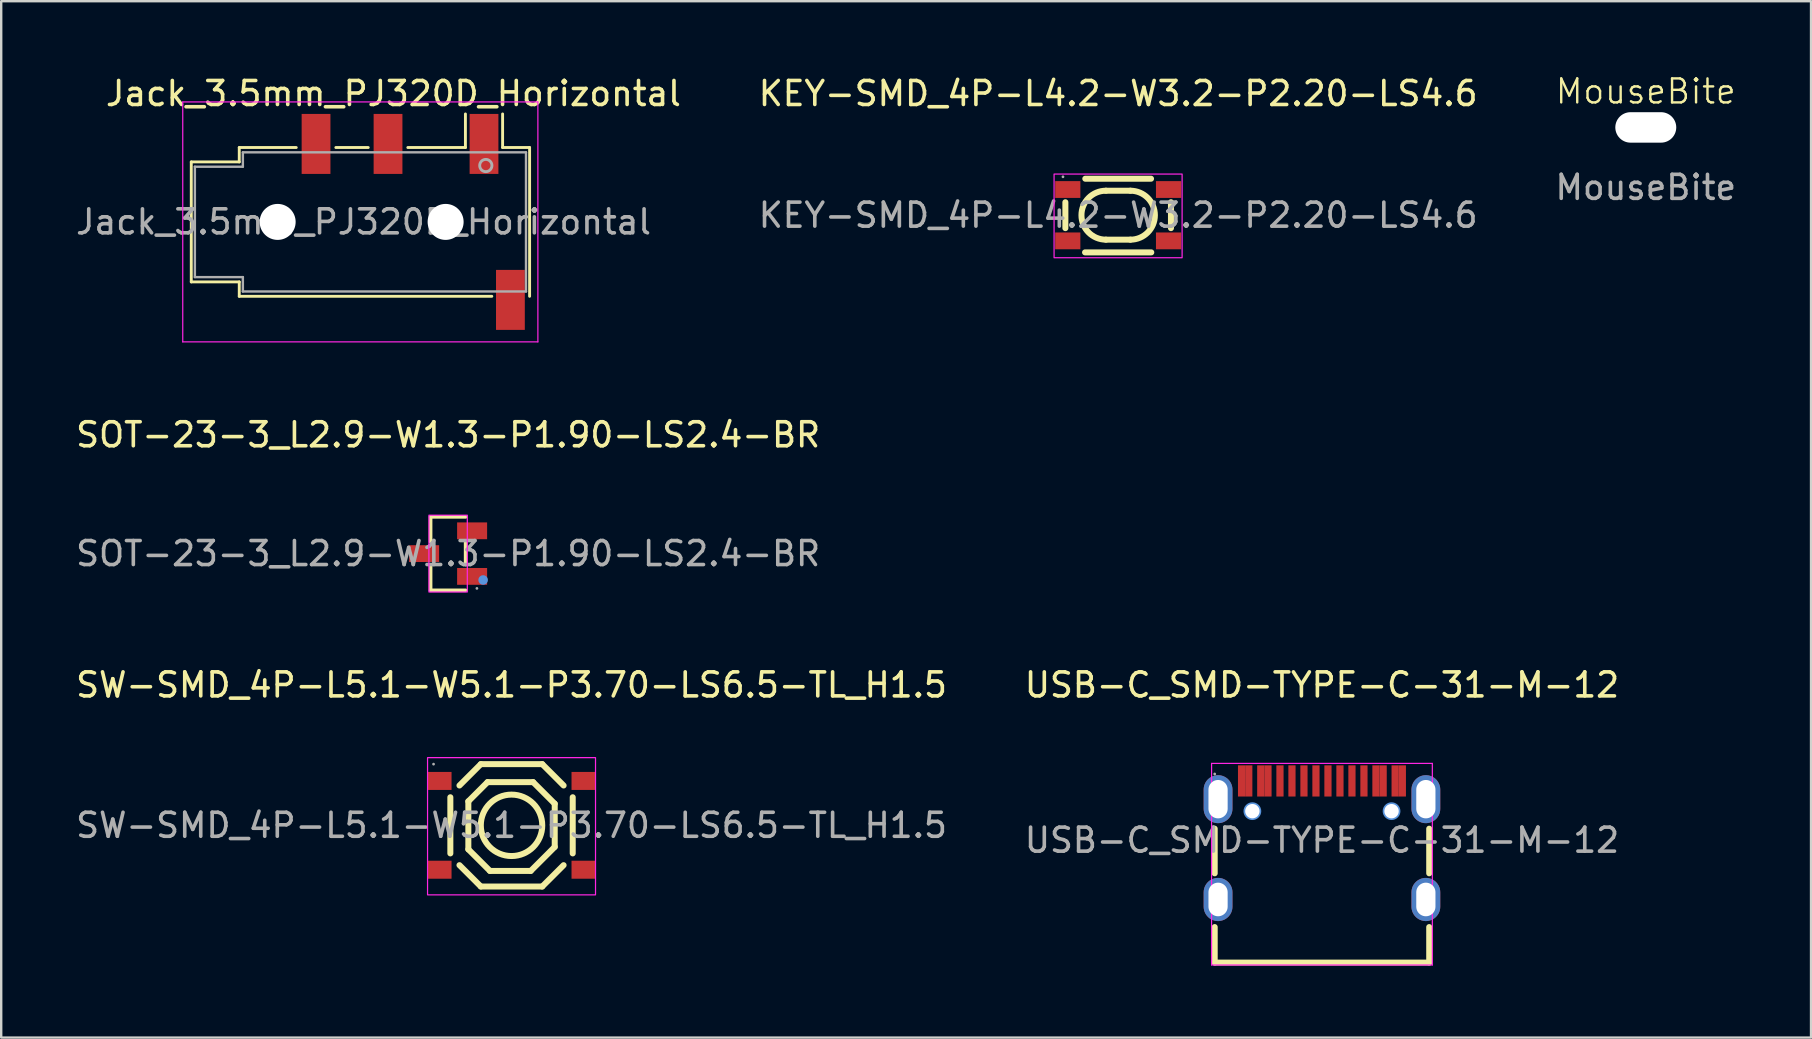
<source format=kicad_pcb>
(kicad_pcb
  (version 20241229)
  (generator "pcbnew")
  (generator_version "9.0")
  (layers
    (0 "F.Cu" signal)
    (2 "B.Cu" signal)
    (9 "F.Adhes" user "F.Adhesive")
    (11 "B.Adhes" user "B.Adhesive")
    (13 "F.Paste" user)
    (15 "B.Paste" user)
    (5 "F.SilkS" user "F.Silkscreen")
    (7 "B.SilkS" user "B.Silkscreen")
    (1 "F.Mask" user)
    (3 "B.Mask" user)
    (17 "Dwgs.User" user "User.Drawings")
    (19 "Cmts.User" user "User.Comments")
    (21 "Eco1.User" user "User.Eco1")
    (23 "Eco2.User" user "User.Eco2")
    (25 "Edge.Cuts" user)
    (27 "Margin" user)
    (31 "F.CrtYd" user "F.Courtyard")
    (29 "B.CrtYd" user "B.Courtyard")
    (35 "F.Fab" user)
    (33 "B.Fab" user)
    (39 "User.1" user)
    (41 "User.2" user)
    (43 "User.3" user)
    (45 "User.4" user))
  (footprint "SW-SMD_4P-L5.1-W5.1-P3.70-LS6.5-TL_H1.5"
    (layer "F.Cu")
    (at 18.268 31.345)
    (property "Reference" "SW-SMD_4P-L5.1-W5.1-P3.70-LS6.5-TL_H1.5" (at 0 -5.85 0) (layer "F.SilkS") (effects (font (size 1 1) (thickness 0.15))))
    (attr smd)
    (fp_line (start -2.55 -1.17) (end -2.55 1.17) (stroke (width 0.25) (type solid)) (layer "F.SilkS"))
    (fp_line (start -2.17 1.66) (end -1.28 2.55) (stroke (width 0.25) (type solid)) (layer "F.SilkS"))
    (fp_line (start -1.8 -1) (end -1 -1.8) (stroke (width 0.25) (type solid)) (layer "F.SilkS"))
    (fp_line (start -1.8 1) (end -1.8 -1) (stroke (width 0.25) (type solid)) (layer "F.SilkS"))
    (fp_line (start -1.28 -2.55) (end -2.17 -1.66) (stroke (width 0.25) (type solid)) (layer "F.SilkS"))
    (fp_line (start -1.28 -2.55) (end 1.28 -2.55) (stroke (width 0.25) (type solid)) (layer "F.SilkS"))
    (fp_line (start -1.28 2.55) (end 1.28 2.55) (stroke (width 0.25) (type solid)) (layer "F.SilkS"))
    (fp_line (start -1 -1.8) (end 0.9 -1.8) (stroke (width 0.25) (type solid)) (layer "F.SilkS"))
    (fp_line (start -0.9 1.9) (end -1.8 1) (stroke (width 0.25) (type solid)) (layer "F.SilkS"))
    (fp_line (start 0.8 1.9) (end -0.9 1.9) (stroke (width 0.25) (type solid)) (layer "F.SilkS"))
    (fp_line (start 0.9 -1.8) (end 1.8 -0.9) (stroke (width 0.25) (type solid)) (layer "F.SilkS"))
    (fp_line (start 1.28 -2.55) (end 2.17 -1.66) (stroke (width 0.25) (type solid)) (layer "F.SilkS"))
    (fp_line (start 1.8 -0.9) (end 1.8 0.9) (stroke (width 0.25) (type solid)) (layer "F.SilkS"))
    (fp_line (start 1.8 0.9) (end 0.8 1.9) (stroke (width 0.25) (type solid)) (layer "F.SilkS"))
    (fp_line (start 2.17 1.66) (end 1.28 2.55) (stroke (width 0.25) (type solid)) (layer "F.SilkS"))
    (fp_line (start 2.55 -1.17) (end 2.55 1.17) (stroke (width 0.25) (type solid)) (layer "F.SilkS"))
    (fp_circle (center 0 0) (end 1.28 0) (stroke (width 0.25) (type solid)) (fill no) (layer "F.SilkS"))
    (fp_rect (start -3.5 -2.821) (end 3.5 2.898) (stroke (width 0.05) (type default)) (fill no) (layer "F.CrtYd"))
    (fp_circle (center -3.25 -2.55) (end -3.22 -2.55) (stroke (width 0.06) (type solid)) (fill no) (layer "F.Fab"))
    (fp_text user "${REFERENCE}" (at 0 0 0) (layer "F.Fab") (effects (font (size 1 1) (thickness 0.15))))
    (pad "1" smd rect (at -3 -1.85) (size 1 0.75) (layers "F.Cu" "F.Mask" "F.Paste"))
    (pad "2" smd rect (at 3 -1.85) (size 1 0.75) (layers "F.Cu" "F.Mask" "F.Paste"))
    (pad "3" smd rect (at -3 1.85) (size 1 0.75) (layers "F.Cu" "F.Mask" "F.Paste"))
    (pad "4" smd rect (at 3 1.85) (size 1 0.75) (layers "F.Cu" "F.Mask" "F.Paste")))
  (footprint "KEY-SMD_4P-L4.2-W3.2-P2.20-LS4.6"
    (layer "F.Cu")
    (at 43.549 5.918)
    (property "Reference" "KEY-SMD_4P-L4.2-W3.2-P2.20-LS4.6" (at 0 -5.07 0) (layer "F.SilkS") (effects (font (size 1 1) (thickness 0.15))))
    (attr smd)
    (fp_line (start -2.2 -0.54) (end -2.2 0.54) (stroke (width 0.25) (type solid)) (layer "F.SilkS"))
    (fp_line (start -1.38 1.55) (end 1.38 1.55) (stroke (width 0.25) (type solid)) (layer "F.SilkS"))
    (fp_line (start -0.51 -1.02) (end 0.51 -1.02) (stroke (width 0.25) (type solid)) (layer "F.SilkS"))
    (fp_line (start -0.51 1.02) (end 0.51 1.02) (stroke (width 0.25) (type solid)) (layer "F.SilkS"))
    (fp_line (start 1.37 -1.52) (end -1.37 -1.52) (stroke (width 0.25) (type solid)) (layer "F.SilkS"))
    (fp_line (start 2.2 -0.54) (end 2.2 0.54) (stroke (width 0.25) (type solid)) (layer "F.SilkS"))
    (fp_arc (start -0.51 1.02) (mid -1.53 0) (end -0.51 -1.02) (stroke (width 0.25) (type solid)) (layer "F.SilkS"))
    (fp_arc (start 0.51 -1.02) (mid 1.53 0) (end 0.51 1.02) (stroke (width 0.25) (type solid)) (layer "F.SilkS"))
    (fp_rect (start -2.671 -1.714) (end 2.665 1.773) (stroke (width 0.05) (type default)) (fill no) (layer "F.CrtYd"))
    (fp_circle (center -2.3 -1.6) (end -2.27 -1.6) (stroke (width 0.06) (type solid)) (fill no) (layer "F.Fab"))
    (fp_text user "${REFERENCE}" (at 0 0 0) (layer "F.Fab") (effects (font (size 1 1) (thickness 0.15))))
    (pad "1" smd rect (at -2.1 -1.07) (size 1.05 0.7) (layers "F.Cu" "F.Mask" "F.Paste"))
    (pad "2" smd rect (at 2.1 -1.07) (size 1.05 0.7) (layers "F.Cu" "F.Mask" "F.Paste"))
    (pad "3" smd rect (at -2.1 1.07) (size 1.05 0.7) (layers "F.Cu" "F.Mask" "F.Paste"))
    (pad "4" smd rect (at 2.1 1.07) (size 1.05 0.7) (layers "F.Cu" "F.Mask" "F.Paste")))
  (footprint "Jack_3.5mm_PJ320D_Horizontal"
    (layer "F.Cu")
    (at 13.121 6.198)
    (property "Reference" "Jack_3.5mm_PJ320D_Horizontal" (at 0.225 -5.35 0) (layer "F.SilkS") (effects (font (size 1 1) (thickness 0.15))))
    (attr smd)
    (fp_line (start -8.2 -2.5) (end -8.2 2.5) (stroke (width 0.12) (type solid)) (layer "F.SilkS"))
    (fp_line (start -6.2 -3.1) (end -6.2 -2.5) (stroke (width 0.12) (type solid)) (layer "F.SilkS"))
    (fp_line (start -6.2 -3.1) (end -3.825 -3.1) (stroke (width 0.12) (type solid)) (layer "F.SilkS"))
    (fp_line (start -6.2 -2.5) (end -8.2 -2.5) (stroke (width 0.12) (type solid)) (layer "F.SilkS"))
    (fp_line (start -6.2 2.5) (end -8.2 2.5) (stroke (width 0.12) (type solid)) (layer "F.SilkS"))
    (fp_line (start -6.2 2.5) (end -6.2 3.1) (stroke (width 0.12) (type solid)) (layer "F.SilkS"))
    (fp_line (start -2.175 -3.1) (end -0.825 -3.1) (stroke (width 0.12) (type solid)) (layer "F.SilkS"))
    (fp_line (start 0.825 -3.1) (end 3.225 -3.1) (stroke (width 0.12) (type solid)) (layer "F.SilkS"))
    (fp_line (start 3.225 -3.1) (end 3.225 -4.5) (stroke (width 0.12) (type solid)) (layer "F.SilkS"))
    (fp_line (start 4.325 3.1) (end -6.2 3.1) (stroke (width 0.12) (type solid)) (layer "F.SilkS"))
    (fp_line (start 4.775 -3.1) (end 4.775 -4.5) (stroke (width 0.12) (type solid)) (layer "F.SilkS"))
    (fp_line (start 4.775 -3.1) (end 5.9 -3.1) (stroke (width 0.12) (type solid)) (layer "F.SilkS"))
    (fp_line (start 5.9 3.1) (end 5.9 -3.1) (stroke (width 0.12) (type solid)) (layer "F.SilkS"))
    (fp_line (start -8.555 -5) (end 6.245 -5) (stroke (width 0.05) (type solid)) (layer "F.CrtYd"))
    (fp_line (start -8.555 5) (end -8.555 -5) (stroke (width 0.05) (type solid)) (layer "F.CrtYd"))
    (fp_line (start -8.555 5) (end 6.245 5) (stroke (width 0.05) (type solid)) (layer "F.CrtYd"))
    (fp_line (start 6.245 5) (end 6.245 -5) (stroke (width 0.05) (type solid)) (layer "F.CrtYd"))
    (fp_line (start -8.05 -2.3) (end -6.05 -2.3) (stroke (width 0.1) (type solid)) (layer "F.Fab"))
    (fp_line (start -8.05 2.3) (end -8.05 -2.3) (stroke (width 0.1) (type solid)) (layer "F.Fab"))
    (fp_line (start -6.05 -2.9) (end 5.75 -2.9) (stroke (width 0.1) (type solid)) (layer "F.Fab"))
    (fp_line (start -6.05 -2.3) (end -6.05 -2.9) (stroke (width 0.1) (type solid)) (layer "F.Fab"))
    (fp_line (start -6.05 2.3) (end -8.05 2.3) (stroke (width 0.1) (type solid)) (layer "F.Fab"))
    (fp_line (start -6.05 2.9) (end -6.05 2.3) (stroke (width 0.1) (type solid)) (layer "F.Fab"))
    (fp_line (start 5.75 -2.9) (end 5.75 2.9) (stroke (width 0.1) (type solid)) (layer "F.Fab"))
    (fp_line (start 5.75 2.9) (end -6.05 2.9) (stroke (width 0.1) (type solid)) (layer "F.Fab"))
    (fp_circle (center 4.075 -2.35) (end 4.125 -2.1) (stroke (width 0.12) (type solid)) (fill no) (layer "F.Fab"))
    (fp_text user "${REFERENCE}" (at -1.02 0 0) (layer "F.Fab") (effects (font (size 1 1) (thickness 0.15))))
    (pad "" np_thru_hole circle (at -4.6 0) (size 1.5 1.5) (drill 1.5) (layers "*.Cu" "*.Mask"))
    (pad "" np_thru_hole circle (at 2.4 0) (size 1.5 1.5) (drill 1.5) (layers "*.Cu" "*.Mask"))
    (pad "R1" smd rect (at 0 -3.25) (size 1.2 2.5) (layers "F.Cu" "F.Mask" "F.Paste"))
    (pad "R2" smd rect (at -3 -3.25) (size 1.2 2.5) (layers "F.Cu" "F.Mask" "F.Paste"))
    (pad "S" smd rect (at 5.1 3.25) (size 1.2 2.5) (layers "F.Cu" "F.Mask" "F.Paste"))
    (pad "T" smd rect (at 4 -3.25) (size 1.2 2.5) (layers "F.Cu" "F.Mask" "F.Paste")))
  (footprint "USB-C_SMD-TYPE-C-31-M-12"
    (layer "F.Cu")
    (at 52.042 31.965)
    (property "Reference" "USB-C_SMD-TYPE-C-31-M-12" (at 0 -6.47 0) (layer "F.SilkS") (effects (font (size 1 1) (thickness 0.15))))
    (attr smd)
    (fp_line (start -4.47 1.38) (end -4.47 -0.48) (stroke (width 0.25) (type solid)) (layer "F.SilkS"))
    (fp_line (start -4.47 5.1) (end -4.47 3.62) (stroke (width 0.25) (type solid)) (layer "F.SilkS"))
    (fp_line (start 4.47 1.38) (end 4.47 -0.48) (stroke (width 0.25) (type solid)) (layer "F.SilkS"))
    (fp_line (start 4.47 5.1) (end -4.47 5.1) (stroke (width 0.25) (type solid)) (layer "F.SilkS"))
    (fp_line (start 4.47 5.1) (end 4.47 3.62) (stroke (width 0.25) (type solid)) (layer "F.SilkS"))
    (fp_circle (center -2.9 -1.21) (end -2.78 -1.21) (stroke (width 0.25) (type solid)) (fill no) (layer "Cmts.User"))
    (fp_circle (center 2.9 -1.21) (end 3.02 -1.21) (stroke (width 0.25) (type solid)) (fill no) (layer "Cmts.User"))
    (fp_line (start -4.6 -3.2) (end 4.6 -3.2) (stroke (width 0.05) (type default)) (layer "F.CrtYd"))
    (fp_line (start -4.6 5.2) (end -4.6 -3.2) (stroke (width 0.05) (type default)) (layer "F.CrtYd"))
    (fp_line (start 4.6 -3.2) (end 4.6 5.2) (stroke (width 0.05) (type default)) (layer "F.CrtYd"))
    (fp_line (start 4.6 5.2) (end -4.6 5.2) (stroke (width 0.05) (type default)) (layer "F.CrtYd"))
    (fp_circle (center -4.47 -2.76) (end -4.44 -2.76) (stroke (width 0.06) (type solid)) (fill no) (layer "F.Fab"))
    (fp_text user "${REFERENCE}" (at 0 0 0) (layer "F.Fab") (effects (font (size 1 1) (thickness 0.15))))
    (pad "" np_thru_hole circle (at -2.9 -1.21) (size 0.6 0.6) (drill 0.75) (layers "*.Cu" "*.Mask"))
    (pad "" np_thru_hole circle (at 2.9 -1.21) (size 0.6 0.6) (drill 0.75) (layers "*.Cu" "*.Mask"))
    (pad "0" thru_hole oval (at -4.33 -1.71) (size 1.2 2) (drill oval 0.8 1.6) (layers "*.Cu" "*.Mask"))
    (pad "1" thru_hole oval (at 4.33 -1.71) (size 1.2 2) (drill oval 0.8 1.6) (layers "*.Cu" "*.Mask"))
    (pad "2" thru_hole oval (at 4.33 2.47) (size 1.2 1.8) (drill oval 0.8 1.4) (layers "*.Cu" "*.Mask"))
    (pad "3" thru_hole oval (at -4.33 2.47) (size 1.2 1.8) (drill oval 0.8 1.4) (layers "*.Cu" "*.Mask"))
    (pad "A1" smd rect (at -3.35 -2.47) (size 0.3 1.3) (layers "F.Cu" "F.Mask" "F.Paste"))
    (pad "A4" smd rect (at -2.55 -2.47) (size 0.3 1.3) (layers "F.Cu" "F.Mask" "F.Paste"))
    (pad "A5" smd rect (at -1.25 -2.47) (size 0.3 1.3) (layers "F.Cu" "F.Mask" "F.Paste"))
    (pad "A6" smd rect (at -0.25 -2.47) (size 0.3 1.3) (layers "F.Cu" "F.Mask" "F.Paste"))
    (pad "A7" smd rect (at 0.25 -2.47) (size 0.3 1.3) (layers "F.Cu" "F.Mask" "F.Paste"))
    (pad "A8" smd rect (at 1.25 -2.47) (size 0.3 1.3) (layers "F.Cu" "F.Mask" "F.Paste"))
    (pad "A9" smd rect (at 2.55 -2.47) (size 0.3 1.3) (layers "F.Cu" "F.Mask" "F.Paste"))
    (pad "A12" smd rect (at 3.35 -2.47) (size 0.3 1.3) (layers "F.Cu" "F.Mask" "F.Paste"))
    (pad "B1" smd rect (at 3.05 -2.47) (size 0.3 1.3) (layers "F.Cu" "F.Mask" "F.Paste"))
    (pad "B4" smd rect (at 2.25 -2.47) (size 0.3 1.3) (layers "F.Cu" "F.Mask" "F.Paste"))
    (pad "B5" smd rect (at 1.75 -2.47) (size 0.3 1.3) (layers "F.Cu" "F.Mask" "F.Paste"))
    (pad "B6" smd rect (at 0.75 -2.47) (size 0.3 1.3) (layers "F.Cu" "F.Mask" "F.Paste"))
    (pad "B7" smd rect (at -0.75 -2.47) (size 0.3 1.3) (layers "F.Cu" "F.Mask" "F.Paste"))
    (pad "B8" smd rect (at -1.75 -2.47) (size 0.3 1.3) (layers "F.Cu" "F.Mask" "F.Paste"))
    (pad "B9" smd rect (at -2.25 -2.47) (size 0.3 1.3) (layers "F.Cu" "F.Mask" "F.Paste"))
    (pad "B12" smd rect (at -3.05 -2.47) (size 0.3 1.3) (layers "F.Cu" "F.Mask" "F.Paste")))
  (footprint "SOT-23-3_L2.9-W1.3-P1.90-LS2.4-BR"
    (layer "F.Cu")
    (at 15.625 20.021)
    (property "Reference" "SOT-23-3_L2.9-W1.3-P1.90-LS2.4-BR" (at 0 -4.95 0) (layer "F.SilkS") (effects (font (size 1 1) (thickness 0.15))))
    (attr smd)
    (fp_line (start -0.73 -1.53) (end -0.73 -0.49) (stroke (width 0.15) (type solid)) (layer "F.SilkS"))
    (fp_line (start -0.73 1.53) (end -0.73 0.49) (stroke (width 0.15) (type solid)) (layer "F.SilkS"))
    (fp_line (start 0.73 -1.53) (end -0.73 -1.53) (stroke (width 0.15) (type solid)) (layer "F.SilkS"))
    (fp_line (start 0.73 -0.46) (end 0.73 0.46) (stroke (width 0.15) (type solid)) (layer "F.SilkS"))
    (fp_line (start 0.73 1.53) (end -0.73 1.53) (stroke (width 0.15) (type solid)) (layer "F.SilkS"))
    (fp_circle (center 1.46 1.1) (end 1.56 1.1) (stroke (width 0.2) (type solid)) (fill no) (layer "Cmts.User"))
    (fp_rect (start -0.8 -1.6) (end 0.8 1.6) (stroke (width 0.05) (type default)) (fill no) (layer "F.CrtYd"))
    (fp_circle (center 1.2 1.45) (end 1.23 1.45) (stroke (width 0.06) (type solid)) (fill no) (layer "F.Fab"))
    (fp_text user "${REFERENCE}" (at 0 0 0) (layer "F.Fab") (effects (font (size 1 1) (thickness 0.15))))
    (pad "1" smd rect (at 1 0.95) (size 1.25 0.7) (layers "F.Cu" "F.Mask" "F.Paste"))
    (pad "2" smd rect (at 1 -0.95) (size 1.25 0.7) (layers "F.Cu" "F.Mask" "F.Paste"))
    (pad "3" smd rect (at -1 0) (size 1.25 0.7) (layers "F.Cu" "F.Mask" "F.Paste")))
  (footprint "MouseBite"
    (layer "F.Cu")
    (at 65.537 2.26)
    (property "Reference" "MouseBite" (at 0 -1.5 0) (unlocked yes) (layer "F.SilkS") (effects (font (size 1 1) (thickness 0.1))))
    (attr smd)
    (fp_text user "${REFERENCE}" (at 0 2.5 0) (unlocked yes) (layer "F.Fab") (effects (font (size 1 1) (thickness 0.15))))
    (pad "" np_thru_hole oval (at 0 0) (size 2.54 1.27) (drill oval 2.54 1.27) (layers "*.Cu" "*.Mask")))
  (gr_rect
    (start -3 -3)
    (end 72.424 40.19)
    (stroke (width 0.1) (type default))
    (fill no)
    (layer "Edge.Cuts")))
</source>
